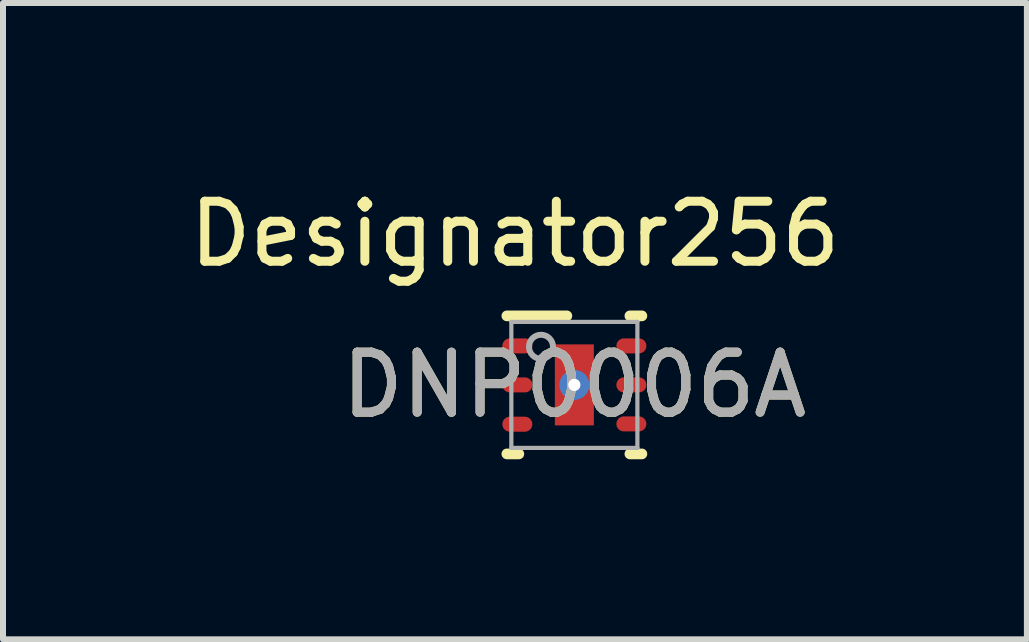
<source format=kicad_pcb>
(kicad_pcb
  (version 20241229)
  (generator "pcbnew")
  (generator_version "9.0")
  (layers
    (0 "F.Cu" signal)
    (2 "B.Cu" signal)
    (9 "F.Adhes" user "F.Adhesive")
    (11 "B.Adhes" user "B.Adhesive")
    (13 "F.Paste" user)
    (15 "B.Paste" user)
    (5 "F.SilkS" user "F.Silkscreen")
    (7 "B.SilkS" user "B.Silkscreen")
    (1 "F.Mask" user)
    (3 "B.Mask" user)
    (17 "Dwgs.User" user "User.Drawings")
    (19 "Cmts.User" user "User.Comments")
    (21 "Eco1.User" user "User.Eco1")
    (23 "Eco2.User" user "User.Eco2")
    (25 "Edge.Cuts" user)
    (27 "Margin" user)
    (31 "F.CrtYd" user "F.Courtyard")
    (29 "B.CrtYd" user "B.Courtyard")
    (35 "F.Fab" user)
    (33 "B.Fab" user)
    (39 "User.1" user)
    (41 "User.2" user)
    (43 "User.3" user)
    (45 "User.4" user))
  (footprint "DNP0006A"
    (layer "F.Cu")
    (at 6.52 3.363)
    (property "Reference" "DNP0006A" (at 0 0 0) (unlocked yes) (layer "F.SilkS") (effects (font (size 1 1) (thickness 0.15))))
    (attr smd)
    (fp_line (start -1.125 -1.15) (end -0.125 -1.15) (stroke (width 0.178) (type solid)) (layer "F.SilkS"))
    (fp_line (start -1.125 1.15) (end -0.925 1.15) (stroke (width 0.178) (type solid)) (layer "F.SilkS"))
    (fp_line (start 0.925 -1.15) (end 1.125 -1.15) (stroke (width 0.178) (type solid)) (layer "F.SilkS"))
    (fp_line (start 0.925 1.15) (end 1.125 1.15) (stroke (width 0.178) (type solid)) (layer "F.SilkS"))
    (fp_poly (pts (xy 0.31 0.625) (xy 0.31 -0.625) (xy -0.31 -0.625) (xy -0.31 0.625)) (stroke (width 0) (type solid)) (fill yes) (layer "F.Paste"))
    (fp_line (start -1.05 -1.05) (end 1.05 -1.05) (stroke (width 0.07) (type solid)) (layer "F.Fab"))
    (fp_line (start -1.05 1.05) (end -1.05 -1.05) (stroke (width 0.07) (type solid)) (layer "F.Fab"))
    (fp_line (start -1.05 1.05) (end 1.05 1.05) (stroke (width 0.07) (type solid)) (layer "F.Fab"))
    (fp_line (start 1.05 1.05) (end 1.05 -1.05) (stroke (width 0.07) (type solid)) (layer "F.Fab"))
    (fp_circle (center -0.556 -0.635) (end -0.356 -0.635) (stroke (width 0.1) (type solid)) (fill no) (layer "F.Fab"))
    (fp_text user "Designator256" (at -0.991 -2.515 0) (unlocked yes) (layer "F.SilkS") (effects (font (size 1 1) (thickness 0.15))))
    (fp_text user "${REFERENCE}" (at 0 0 0) (unlocked yes) (layer "F.Fab") (effects (font (size 1 1) (thickness 0.15))))
    (pad "1" smd oval (at -0.95 -0.65 90) (size 0.25 0.5) (layers "F.Cu" "F.Mask" "F.Paste"))
    (pad "2" smd oval (at -0.95 0 90) (size 0.25 0.5) (layers "F.Cu" "F.Mask" "F.Paste"))
    (pad "3" smd oval (at -0.95 0.655 90) (size 0.25 0.5) (layers "F.Cu" "F.Mask" "F.Paste"))
    (pad "4" smd oval (at 0.95 0.65 90) (size 0.25 0.5) (layers "F.Cu" "F.Mask" "F.Paste"))
    (pad "5" smd oval (at 0.95 0 90) (size 0.25 0.5) (layers "F.Cu" "F.Mask" "F.Paste"))
    (pad "6" smd oval (at 0.95 -0.65 90) (size 0.25 0.5) (layers "F.Cu" "F.Mask" "F.Paste"))
    (pad "7" smd rect (at 0 0) (size 0.65 1.35) (layers "F.Cu" "F.Mask"))
    (pad "V" thru_hole circle (at 0 0) (size 0.5 0.5) (drill 0.203) (layers "*.Cu" "*.Mask")))
  (gr_rect
    (start -3 -3)
    (end 14.06 7.602)
    (stroke (width 0.1) (type default))
    (fill no)
    (layer "Edge.Cuts")))
</source>
